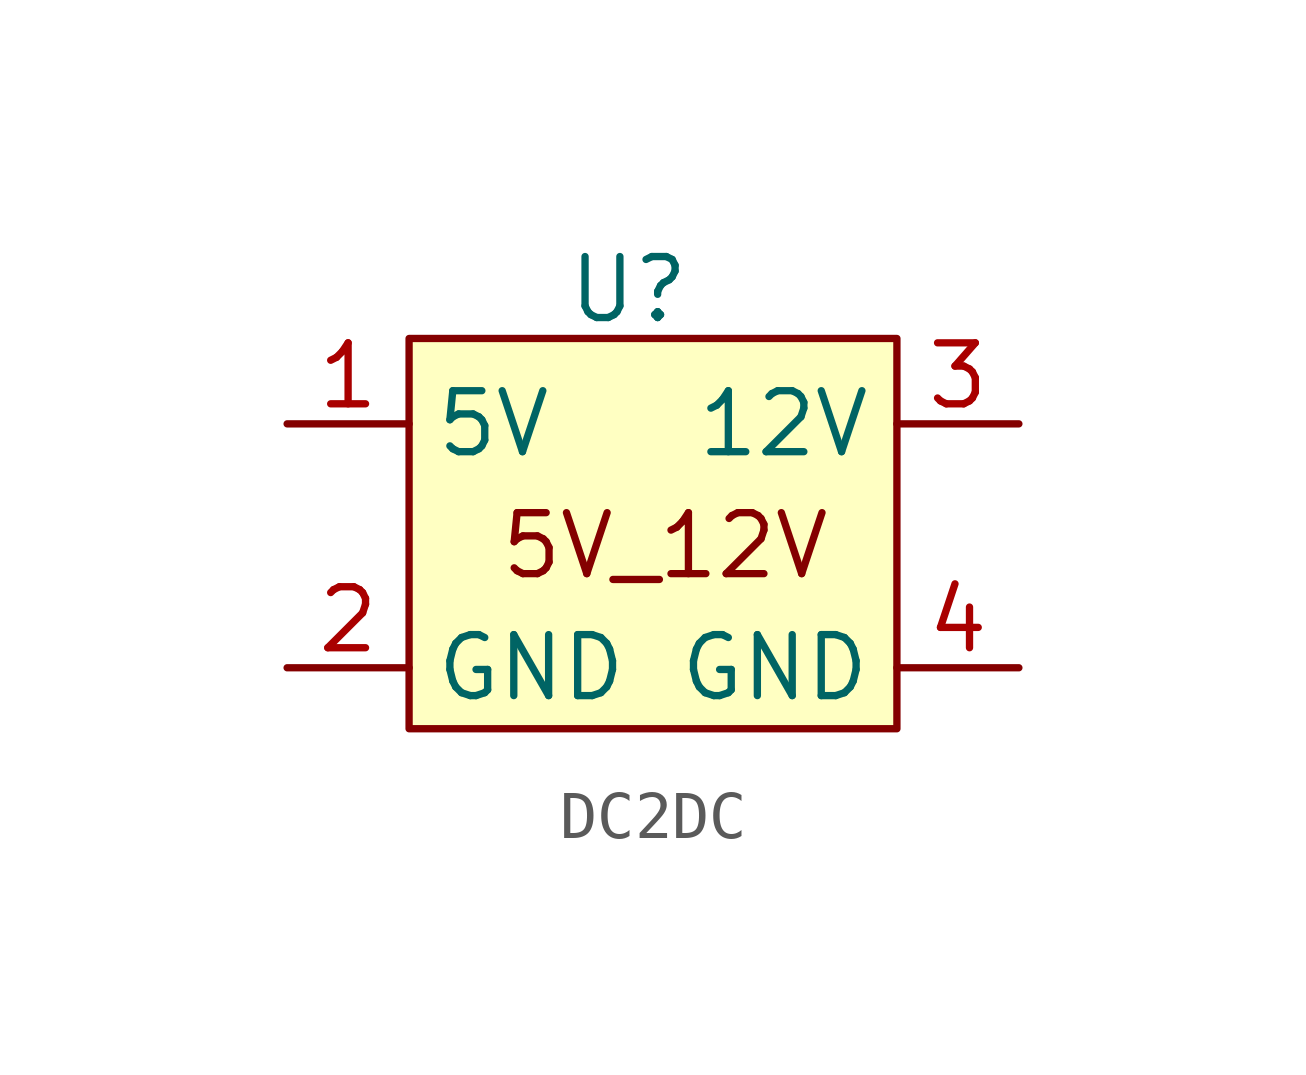
<source format=kicad_sym>
(kicad_symbol_lib
  (version 20231120)
  (generator "kicad_symbol_editor")
  (generator_version "8.0")
  (symbol "DC2DC"
    (property "Reference" "U"
      (at -0.508 5.334 0)
      (effects (font (size 1.27 1.27))))
    (property "Value" ""
      (at 0 0 0)
      (effects (font (size 1.27 1.27))))
    (symbol "DC2DC_1_1"
      (rectangle (start -5.08 4.318) (end 5.08 -3.81) (stroke (width 0) (type default)) (fill (type background)))
      (text "5V_12V\n" (at 0.254 0 0) (effects (font (size 1.27 1.27))))
      (pin power_in line (at -7.62 2.54 0) (length 2.54) (name "5V" (effects (font (size 1.27 1.27)))) (number "1" (effects (font (size 1.27 1.27)))))
      (pin power_in line (at -7.62 -2.54 0) (length 2.54) (name "GND" (effects (font (size 1.27 1.27)))) (number "2" (effects (font (size 1.27 1.27)))))
      (pin power_out line (at 7.62 2.54 180) (length 2.54) (name "12V" (effects (font (size 1.27 1.27)))) (number "3" (effects (font (size 1.27 1.27)))))
      (pin power_in line (at 7.62 -2.54 180) (length 2.54) (name "GND" (effects (font (size 1.27 1.27)))) (number "4" (effects (font (size 1.27 1.27))))))))
</source>
